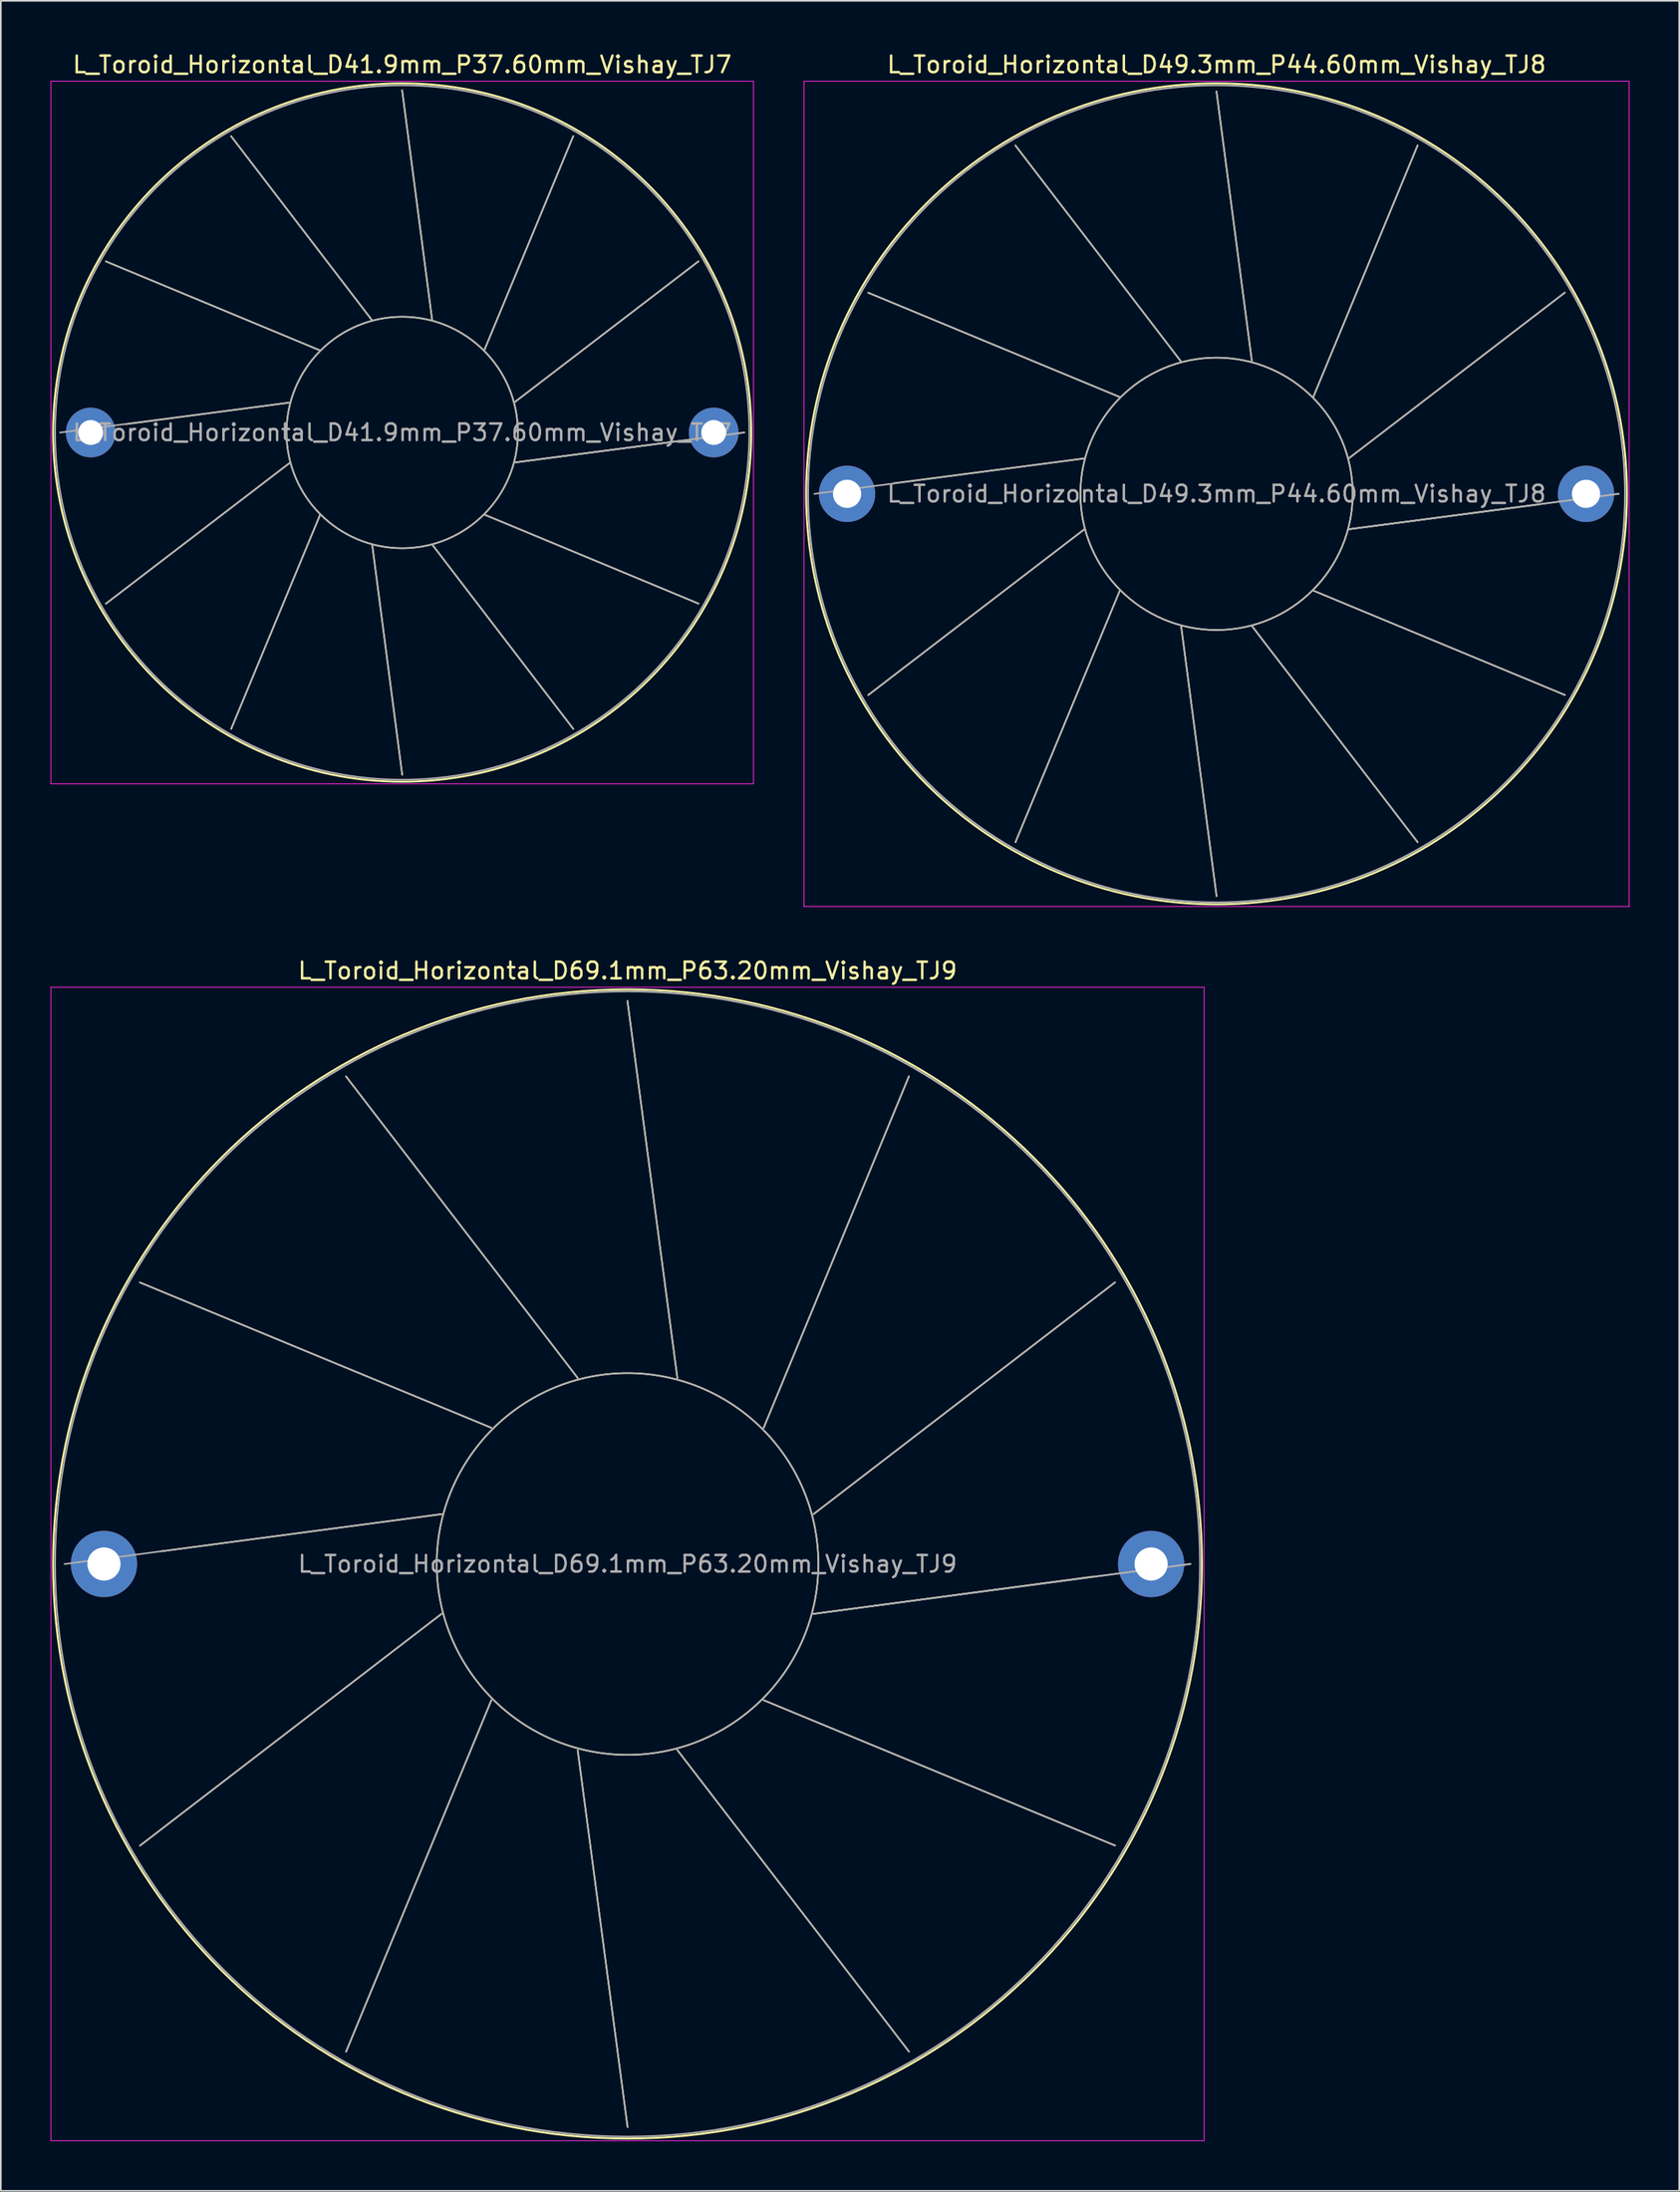
<source format=kicad_pcb>
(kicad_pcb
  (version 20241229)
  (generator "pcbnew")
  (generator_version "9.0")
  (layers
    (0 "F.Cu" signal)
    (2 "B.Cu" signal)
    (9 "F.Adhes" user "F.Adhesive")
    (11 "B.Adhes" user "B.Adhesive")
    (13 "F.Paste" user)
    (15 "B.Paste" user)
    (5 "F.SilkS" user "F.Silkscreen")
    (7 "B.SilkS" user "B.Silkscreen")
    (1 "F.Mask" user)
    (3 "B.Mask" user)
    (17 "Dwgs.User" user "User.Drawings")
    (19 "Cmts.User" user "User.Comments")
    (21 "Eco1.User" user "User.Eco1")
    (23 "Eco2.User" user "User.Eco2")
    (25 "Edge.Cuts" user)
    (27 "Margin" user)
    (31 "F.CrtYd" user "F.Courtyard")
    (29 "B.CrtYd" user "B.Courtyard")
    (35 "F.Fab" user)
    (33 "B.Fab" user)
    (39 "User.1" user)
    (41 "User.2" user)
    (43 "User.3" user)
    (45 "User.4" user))
  (footprint "L_Toroid_Horizontal_D41.9mm_P37.60mm_Vishay_TJ7"
    (layer "F.Cu")
    (at 2.425 23.048)
    (property "Reference" "L_Toroid_Horizontal_D41.9mm_P37.60mm_Vishay_TJ7" (at 18.8 -22.2 0) (layer "F.SilkS") (effects (font (size 1 1) (thickness 0.15))))
    (attr through_hole)
    (fp_line (start 0.917 -10.322) (end 13.849 -4.95) (stroke (width 0.1) (type solid)) (layer "F.SilkS"))
    (fp_line (start 0.919 10.326) (end 12.038 1.812) (stroke (width 0.1) (type solid)) (layer "F.SilkS"))
    (fp_line (start 2.159 -0.508) (end 12.038 -1.811) (stroke (width 0.1) (type solid)) (layer "F.SilkS"))
    (fp_line (start 8.473 -17.881) (end 16.987 -6.762) (stroke (width 0.1) (type solid)) (layer "F.SilkS"))
    (fp_line (start 8.477 17.883) (end 13.85 4.951) (stroke (width 0.1) (type solid)) (layer "F.SilkS"))
    (fp_line (start 18.797 -20.649) (end 20.611 -6.762) (stroke (width 0.1) (type solid)) (layer "F.SilkS"))
    (fp_line (start 18.801 20.649) (end 16.988 6.762) (stroke (width 0.1) (type solid)) (layer "F.SilkS"))
    (fp_line (start 29.122 -17.884) (end 23.749 -4.951) (stroke (width 0.1) (type solid)) (layer "F.SilkS"))
    (fp_line (start 29.125 17.882) (end 20.612 6.762) (stroke (width 0.1) (type solid)) (layer "F.SilkS"))
    (fp_line (start 35.56 0.508) (end 25.562 1.811) (stroke (width 0.1) (type solid)) (layer "F.SilkS"))
    (fp_line (start 36.68 -10.327) (end 25.562 -1.813) (stroke (width 0.1) (type solid)) (layer "F.SilkS"))
    (fp_line (start 36.682 10.324) (end 23.75 4.95) (stroke (width 0.1) (type solid)) (layer "F.SilkS"))
    (fp_circle (center 18.8 0) (end 25.783 0) (stroke (width 0.1) (type solid)) (fill no) (layer "F.SilkS"))
    (fp_circle (center 18.8 0) (end 39.87 0) (stroke (width 0.12) (type solid)) (fill no) (layer "F.SilkS"))
    (fp_line (start -2.4 -21.2) (end -2.4 21.2) (stroke (width 0.05) (type solid)) (layer "F.CrtYd"))
    (fp_line (start -2.4 21.2) (end 40 21.2) (stroke (width 0.05) (type solid)) (layer "F.CrtYd"))
    (fp_line (start 40 -21.2) (end -2.4 -21.2) (stroke (width 0.05) (type solid)) (layer "F.CrtYd"))
    (fp_line (start 40 21.2) (end 40 -21.2) (stroke (width 0.05) (type solid)) (layer "F.CrtYd"))
    (fp_line (start -1.849 0.002) (end 12.038 -1.811) (stroke (width 0.1) (type solid)) (layer "F.Fab"))
    (fp_line (start 0.917 -10.322) (end 13.849 -4.95) (stroke (width 0.1) (type solid)) (layer "F.Fab"))
    (fp_line (start 0.919 10.326) (end 12.038 1.812) (stroke (width 0.1) (type solid)) (layer "F.Fab"))
    (fp_line (start 8.473 -17.881) (end 16.987 -6.762) (stroke (width 0.1) (type solid)) (layer "F.Fab"))
    (fp_line (start 8.477 17.883) (end 13.85 4.951) (stroke (width 0.1) (type solid)) (layer "F.Fab"))
    (fp_line (start 18.797 -20.649) (end 20.611 -6.762) (stroke (width 0.1) (type solid)) (layer "F.Fab"))
    (fp_line (start 18.801 20.649) (end 16.988 6.762) (stroke (width 0.1) (type solid)) (layer "F.Fab"))
    (fp_line (start 29.122 -17.884) (end 23.749 -4.951) (stroke (width 0.1) (type solid)) (layer "F.Fab"))
    (fp_line (start 29.125 17.882) (end 20.612 6.762) (stroke (width 0.1) (type solid)) (layer "F.Fab"))
    (fp_line (start 36.68 -10.327) (end 25.562 -1.813) (stroke (width 0.1) (type solid)) (layer "F.Fab"))
    (fp_line (start 36.682 10.324) (end 23.75 4.95) (stroke (width 0.1) (type solid)) (layer "F.Fab"))
    (fp_line (start 39.449 -0.004) (end 25.562 1.811) (stroke (width 0.1) (type solid)) (layer "F.Fab"))
    (fp_line (start 39.449 0) (end 25.562 1.812) (stroke (width 0.1) (type solid)) (layer "F.Fab"))
    (fp_circle (center 18.8 0) (end 25.783 0) (stroke (width 0.1) (type solid)) (fill no) (layer "F.Fab"))
    (fp_circle (center 18.8 0) (end 39.75 0) (stroke (width 0.1) (type solid)) (fill no) (layer "F.Fab"))
    (fp_text user "${REFERENCE}" (at 18.8 0 0) (layer "F.Fab") (effects (font (size 1 1) (thickness 0.15))))
    (pad "1" thru_hole circle (at 0 0) (size 3 3) (drill 1.5) (layers "*.Cu" "*.Mask"))
    (pad "2" thru_hole circle (at 37.6 0) (size 3 3) (drill 1.5) (layers "*.Cu" "*.Mask")))
  (footprint "L_Toroid_Horizontal_D49.3mm_P44.60mm_Vishay_TJ8"
    (layer "F.Cu")
    (at 48.075 26.748)
    (property "Reference" "L_Toroid_Horizontal_D49.3mm_P44.60mm_Vishay_TJ8" (at 22.3 -25.9 0) (layer "F.SilkS") (effects (font (size 1 1) (thickness 0.15))))
    (attr through_hole)
    (fp_line (start 1.276 -12.135) (end 16.46 -5.839) (stroke (width 0.1) (type solid)) (layer "F.SilkS"))
    (fp_line (start 1.279 12.139) (end 14.323 2.138) (stroke (width 0.1) (type solid)) (layer "F.SilkS"))
    (fp_line (start 2.794 -0.635) (end 14.323 -2.137) (stroke (width 0.1) (type solid)) (layer "F.SilkS"))
    (fp_line (start 10.16 -21.021) (end 20.161 -7.977) (stroke (width 0.1) (type solid)) (layer "F.SilkS"))
    (fp_line (start 10.164 21.023) (end 16.461 5.84) (stroke (width 0.1) (type solid)) (layer "F.SilkS"))
    (fp_line (start 22.297 -24.275) (end 24.436 -7.978) (stroke (width 0.1) (type solid)) (layer "F.SilkS"))
    (fp_line (start 22.301 24.275) (end 20.163 7.977) (stroke (width 0.1) (type solid)) (layer "F.SilkS"))
    (fp_line (start 34.434 -21.024) (end 28.139 -5.841) (stroke (width 0.1) (type solid)) (layer "F.SilkS"))
    (fp_line (start 34.438 21.022) (end 24.438 7.977) (stroke (width 0.1) (type solid)) (layer "F.SilkS"))
    (fp_line (start 41.783 0.635) (end 30.277 2.137) (stroke (width 0.1) (type solid)) (layer "F.SilkS"))
    (fp_line (start 43.32 -12.141) (end 30.277 -2.139) (stroke (width 0.1) (type solid)) (layer "F.SilkS"))
    (fp_line (start 43.323 12.137) (end 28.14 5.84) (stroke (width 0.1) (type solid)) (layer "F.SilkS"))
    (fp_circle (center 22.3 0) (end 30.517 0) (stroke (width 0.1) (type solid)) (fill no) (layer "F.SilkS"))
    (fp_circle (center 22.3 0) (end 47.07 0) (stroke (width 0.12) (type solid)) (fill no) (layer "F.SilkS"))
    (fp_line (start -2.6 -24.9) (end -2.6 24.9) (stroke (width 0.05) (type solid)) (layer "F.CrtYd"))
    (fp_line (start -2.6 24.9) (end 47.2 24.9) (stroke (width 0.05) (type solid)) (layer "F.CrtYd"))
    (fp_line (start 47.2 -24.9) (end -2.6 -24.9) (stroke (width 0.05) (type solid)) (layer "F.CrtYd"))
    (fp_line (start 47.2 24.9) (end 47.2 -24.9) (stroke (width 0.05) (type solid)) (layer "F.CrtYd"))
    (fp_line (start -1.975 0.002) (end 14.323 -2.137) (stroke (width 0.1) (type solid)) (layer "F.Fab"))
    (fp_line (start 1.276 -12.135) (end 16.46 -5.839) (stroke (width 0.1) (type solid)) (layer "F.Fab"))
    (fp_line (start 1.279 12.139) (end 14.323 2.138) (stroke (width 0.1) (type solid)) (layer "F.Fab"))
    (fp_line (start 10.16 -21.021) (end 20.161 -7.977) (stroke (width 0.1) (type solid)) (layer "F.Fab"))
    (fp_line (start 10.164 21.023) (end 16.461 5.84) (stroke (width 0.1) (type solid)) (layer "F.Fab"))
    (fp_line (start 22.297 -24.275) (end 24.436 -7.978) (stroke (width 0.1) (type solid)) (layer "F.Fab"))
    (fp_line (start 22.301 24.275) (end 20.163 7.977) (stroke (width 0.1) (type solid)) (layer "F.Fab"))
    (fp_line (start 34.434 -21.024) (end 28.139 -5.841) (stroke (width 0.1) (type solid)) (layer "F.Fab"))
    (fp_line (start 34.438 21.022) (end 24.438 7.977) (stroke (width 0.1) (type solid)) (layer "F.Fab"))
    (fp_line (start 43.32 -12.141) (end 30.277 -2.139) (stroke (width 0.1) (type solid)) (layer "F.Fab"))
    (fp_line (start 43.323 12.137) (end 28.14 5.84) (stroke (width 0.1) (type solid)) (layer "F.Fab"))
    (fp_line (start 46.575 -0.004) (end 30.278 2.136) (stroke (width 0.1) (type solid)) (layer "F.Fab"))
    (fp_line (start 46.575 0) (end 30.277 2.137) (stroke (width 0.1) (type solid)) (layer "F.Fab"))
    (fp_circle (center 22.3 0) (end 30.517 0) (stroke (width 0.1) (type solid)) (fill no) (layer "F.Fab"))
    (fp_circle (center 22.3 0) (end 46.95 0) (stroke (width 0.1) (type solid)) (fill no) (layer "F.Fab"))
    (fp_text user "${REFERENCE}" (at 22.3 0 0) (layer "F.Fab") (effects (font (size 1 1) (thickness 0.15))))
    (pad "1" thru_hole circle (at 0 0) (size 3.4 3.4) (drill 1.7) (layers "*.Cu" "*.Mask"))
    (pad "2" thru_hole circle (at 44.6 0) (size 3.4 3.4) (drill 1.7) (layers "*.Cu" "*.Mask")))
  (footprint "L_Toroid_Horizontal_D69.1mm_P63.20mm_Vishay_TJ9"
    (layer "F.Cu")
    (at 3.225 91.322)
    (property "Reference" "L_Toroid_Horizontal_D69.1mm_P63.20mm_Vishay_TJ9" (at 31.6 -35.8 0) (layer "F.SilkS") (effects (font (size 1 1) (thickness 0.15))))
    (attr through_hole)
    (fp_line (start 2.174 -16.985) (end 23.379 -8.219) (stroke (width 0.1) (type solid)) (layer "F.SilkS"))
    (fp_line (start 2.177 16.991) (end 20.372 3.01) (stroke (width 0.1) (type solid)) (layer "F.SilkS"))
    (fp_line (start 3.429 -0.762) (end 20.371 -3.008) (stroke (width 0.1) (type solid)) (layer "F.SilkS"))
    (fp_line (start 14.608 -29.422) (end 28.59 -11.228) (stroke (width 0.1) (type solid)) (layer "F.SilkS"))
    (fp_line (start 14.614 29.426) (end 23.381 8.22) (stroke (width 0.1) (type solid)) (layer "F.SilkS"))
    (fp_line (start 31.595 -33.977) (end 34.607 -11.229) (stroke (width 0.1) (type solid)) (layer "F.SilkS"))
    (fp_line (start 31.602 33.977) (end 28.592 11.229) (stroke (width 0.1) (type solid)) (layer "F.SilkS"))
    (fp_line (start 48.584 -29.427) (end 39.819 -8.221) (stroke (width 0.1) (type solid)) (layer "F.SilkS"))
    (fp_line (start 48.589 29.424) (end 34.609 11.228) (stroke (width 0.1) (type solid)) (layer "F.SilkS"))
    (fp_line (start 59.69 0.762) (end 42.829 3.009) (stroke (width 0.1) (type solid)) (layer "F.SilkS"))
    (fp_line (start 61.022 -16.993) (end 42.828 -3.011) (stroke (width 0.1) (type solid)) (layer "F.SilkS"))
    (fp_line (start 61.025 16.988) (end 39.82 8.22) (stroke (width 0.1) (type solid)) (layer "F.SilkS"))
    (fp_circle (center 31.6 0) (end 43.117 0) (stroke (width 0.1) (type solid)) (fill no) (layer "F.SilkS"))
    (fp_circle (center 31.6 0) (end 66.27 0) (stroke (width 0.12) (type solid)) (fill no) (layer "F.SilkS"))
    (fp_line (start -3.2 -34.8) (end -3.2 34.8) (stroke (width 0.05) (type solid)) (layer "F.CrtYd"))
    (fp_line (start -3.2 34.8) (end 66.4 34.8) (stroke (width 0.05) (type solid)) (layer "F.CrtYd"))
    (fp_line (start 66.4 -34.8) (end -3.2 -34.8) (stroke (width 0.05) (type solid)) (layer "F.CrtYd"))
    (fp_line (start 66.4 34.8) (end 66.4 -34.8) (stroke (width 0.05) (type solid)) (layer "F.CrtYd"))
    (fp_line (start -2.377 0.003) (end 20.371 -3.008) (stroke (width 0.1) (type solid)) (layer "F.Fab"))
    (fp_line (start 2.174 -16.985) (end 23.379 -8.219) (stroke (width 0.1) (type solid)) (layer "F.Fab"))
    (fp_line (start 2.177 16.991) (end 20.372 3.01) (stroke (width 0.1) (type solid)) (layer "F.Fab"))
    (fp_line (start 14.608 -29.422) (end 28.59 -11.228) (stroke (width 0.1) (type solid)) (layer "F.Fab"))
    (fp_line (start 14.614 29.426) (end 23.381 8.22) (stroke (width 0.1) (type solid)) (layer "F.Fab"))
    (fp_line (start 31.595 -33.977) (end 34.607 -11.229) (stroke (width 0.1) (type solid)) (layer "F.Fab"))
    (fp_line (start 31.602 33.977) (end 28.592 11.229) (stroke (width 0.1) (type solid)) (layer "F.Fab"))
    (fp_line (start 48.584 -29.427) (end 39.819 -8.221) (stroke (width 0.1) (type solid)) (layer "F.Fab"))
    (fp_line (start 48.589 29.424) (end 34.609 11.228) (stroke (width 0.1) (type solid)) (layer "F.Fab"))
    (fp_line (start 61.022 -16.993) (end 42.828 -3.011) (stroke (width 0.1) (type solid)) (layer "F.Fab"))
    (fp_line (start 61.025 16.988) (end 39.82 8.22) (stroke (width 0.1) (type solid)) (layer "F.Fab"))
    (fp_line (start 65.577 -0.006) (end 42.829 3.006) (stroke (width 0.1) (type solid)) (layer "F.Fab"))
    (fp_line (start 65.577 0) (end 42.829 3.009) (stroke (width 0.1) (type solid)) (layer "F.Fab"))
    (fp_circle (center 31.6 0) (end 43.117 0) (stroke (width 0.1) (type solid)) (fill no) (layer "F.Fab"))
    (fp_circle (center 31.6 0) (end 66.15 0) (stroke (width 0.1) (type solid)) (fill no) (layer "F.Fab"))
    (fp_text user "${REFERENCE}" (at 31.6 0 0) (layer "F.Fab") (effects (font (size 1 1) (thickness 0.15))))
    (pad "1" thru_hole circle (at 0 0) (size 4 4) (drill 2) (layers "*.Cu" "*.Mask"))
    (pad "2" thru_hole circle (at 63.2 0) (size 4 4) (drill 2) (layers "*.Cu" "*.Mask")))
  (gr_rect
    (start -3 -3)
    (end 98.3 129.147)
    (stroke (width 0.1) (type default))
    (fill no)
    (layer "Edge.Cuts")))
</source>
